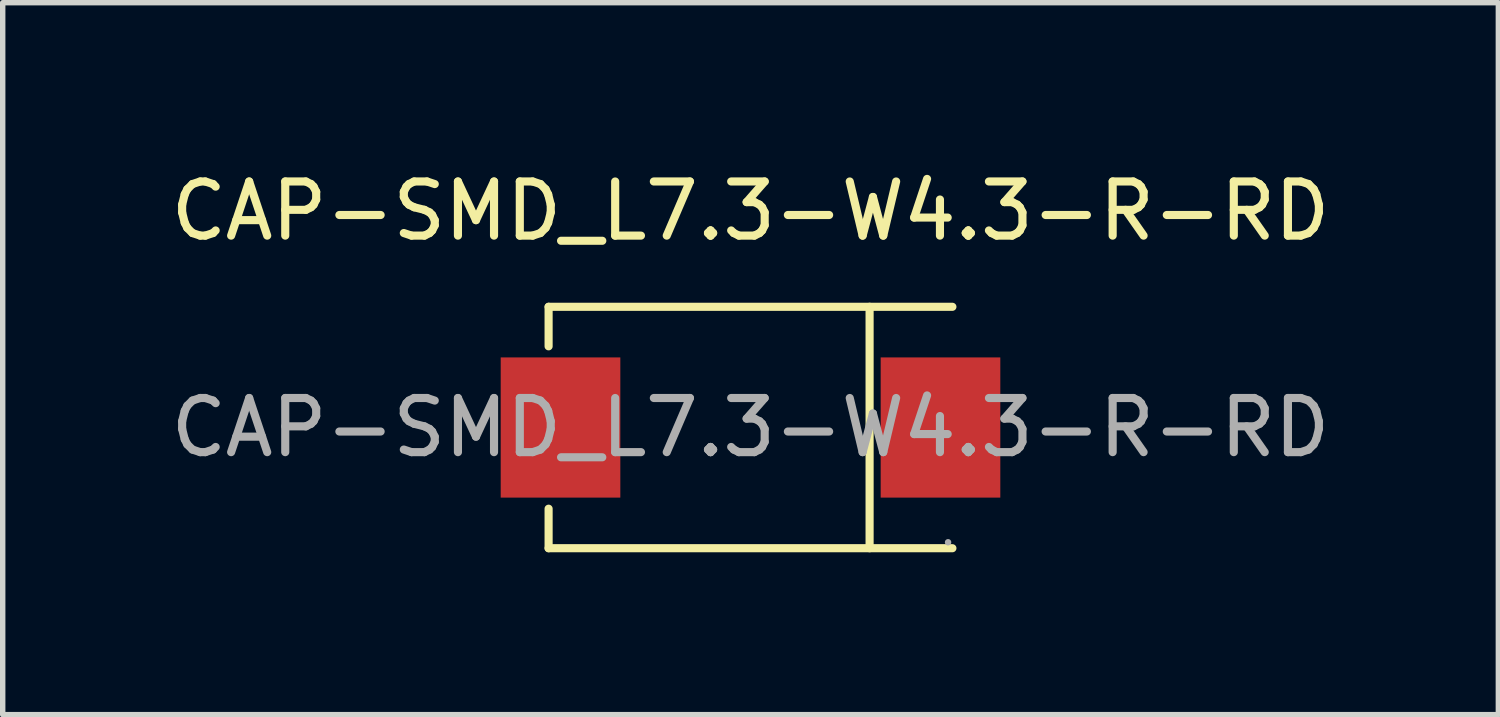
<source format=kicad_pcb>
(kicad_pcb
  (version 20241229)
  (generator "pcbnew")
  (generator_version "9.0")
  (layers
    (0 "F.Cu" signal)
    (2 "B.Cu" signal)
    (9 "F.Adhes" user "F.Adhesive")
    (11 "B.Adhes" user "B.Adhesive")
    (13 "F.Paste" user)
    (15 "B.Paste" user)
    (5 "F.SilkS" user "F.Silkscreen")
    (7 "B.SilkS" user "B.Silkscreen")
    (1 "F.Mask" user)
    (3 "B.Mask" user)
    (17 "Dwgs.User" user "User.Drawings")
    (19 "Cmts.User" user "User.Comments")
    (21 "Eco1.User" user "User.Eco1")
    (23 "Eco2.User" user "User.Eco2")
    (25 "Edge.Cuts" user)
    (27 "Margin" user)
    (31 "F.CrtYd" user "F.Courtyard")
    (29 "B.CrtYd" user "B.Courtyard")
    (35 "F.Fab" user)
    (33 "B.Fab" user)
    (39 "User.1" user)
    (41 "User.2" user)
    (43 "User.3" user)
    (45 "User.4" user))
  (footprint "CAP-SMD_L7.3-W4.3-R-RD"
    (layer "F.Cu")
    (at 10.815 4.848)
    (property "Reference" "CAP-SMD_L7.3-W4.3-R-RD" (at 0 -4 0) (layer "F.SilkS") (effects (font (size 1 1) (thickness 0.15))))
    (attr smd)
    (fp_line (start -3.73 -2.23) (end -3.73 -1.5) (stroke (width 0.15) (type solid)) (layer "F.SilkS"))
    (fp_line (start -3.73 -2.23) (end 3.73 -2.23) (stroke (width 0.15) (type solid)) (layer "F.SilkS"))
    (fp_line (start -3.73 2.23) (end -3.73 1.5) (stroke (width 0.15) (type solid)) (layer "F.SilkS"))
    (fp_line (start -3.73 2.23) (end 3.73 2.23) (stroke (width 0.15) (type solid)) (layer "F.SilkS"))
    (fp_line (start 2.2 -2.23) (end 2.2 2.23) (stroke (width 0.15) (type solid)) (layer "F.SilkS"))
    (fp_circle (center 3.65 2.12) (end 3.68 2.12) (stroke (width 0.06) (type solid)) (fill no) (layer "F.Fab"))
    (fp_text user "${REFERENCE}" (at 0 0 0) (layer "F.Fab") (effects (font (size 1 1) (thickness 0.15))))
    (pad "1" smd rect (at 3.51 0) (size 2.21 2.59) (layers "F.Cu" "F.Mask" "F.Paste"))
    (pad "2" smd rect (at -3.51 0) (size 2.21 2.59) (layers "F.Cu" "F.Mask" "F.Paste")))
  (gr_rect
    (start -3 -3)
    (end 24.631 10.153)
    (stroke (width 0.1) (type default))
    (fill no)
    (layer "Edge.Cuts")))
</source>
